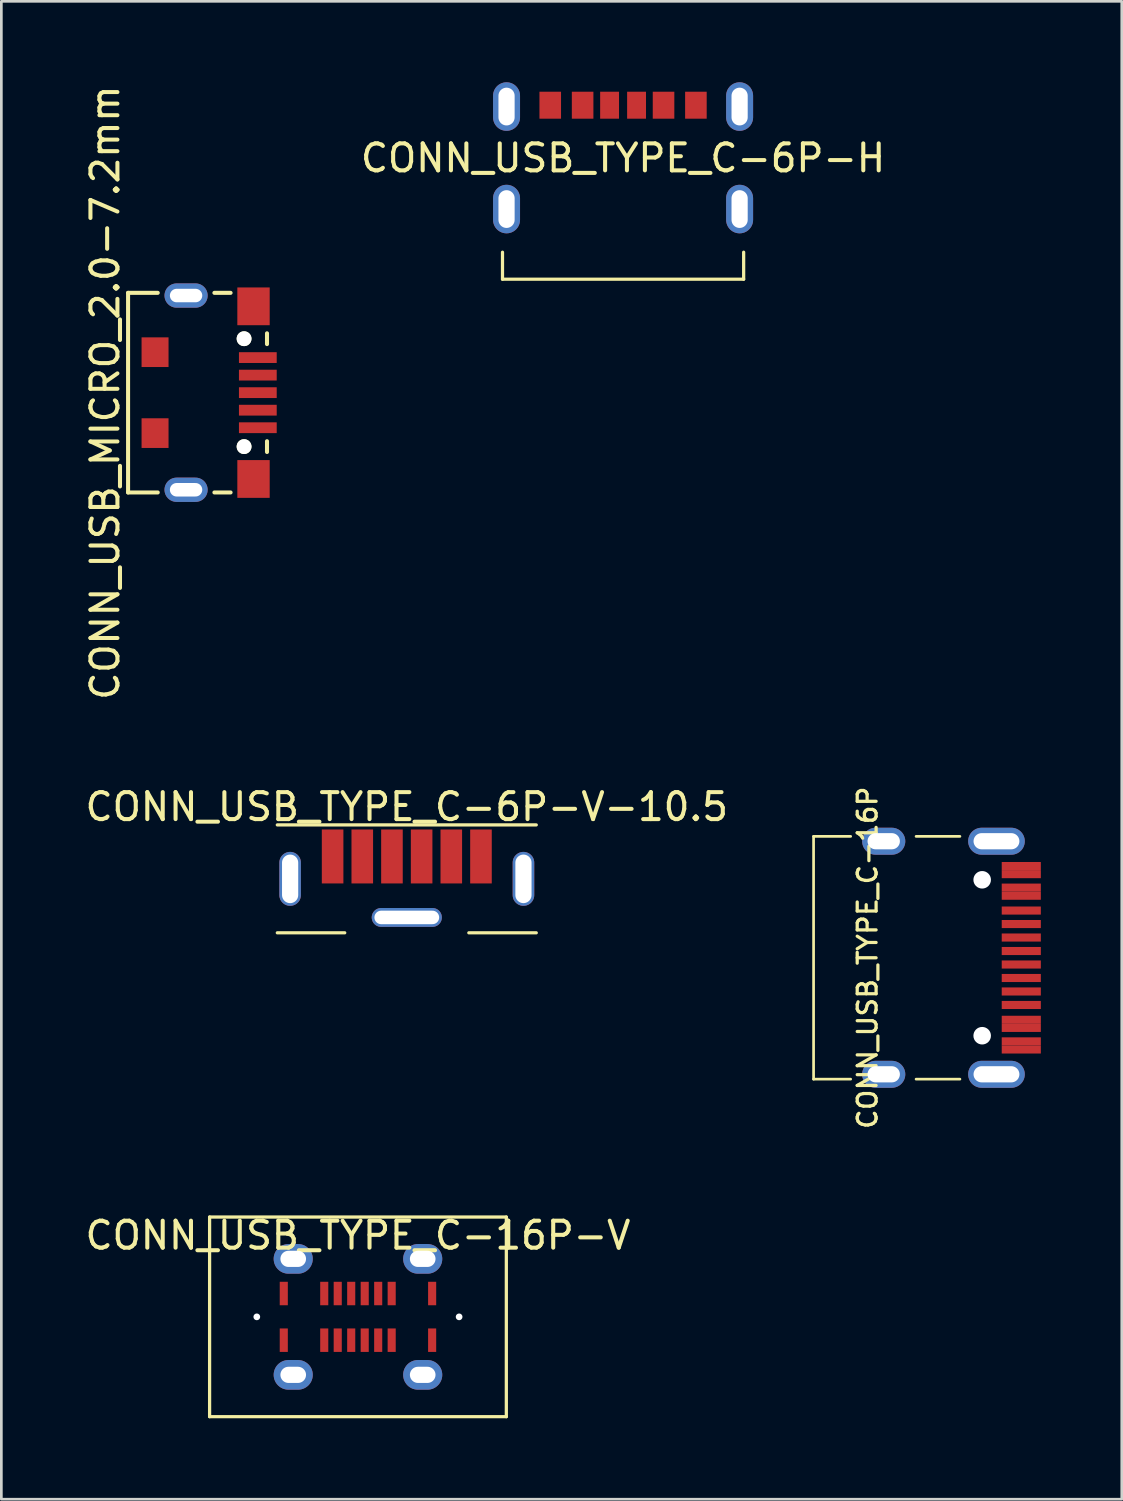
<source format=kicad_pcb>
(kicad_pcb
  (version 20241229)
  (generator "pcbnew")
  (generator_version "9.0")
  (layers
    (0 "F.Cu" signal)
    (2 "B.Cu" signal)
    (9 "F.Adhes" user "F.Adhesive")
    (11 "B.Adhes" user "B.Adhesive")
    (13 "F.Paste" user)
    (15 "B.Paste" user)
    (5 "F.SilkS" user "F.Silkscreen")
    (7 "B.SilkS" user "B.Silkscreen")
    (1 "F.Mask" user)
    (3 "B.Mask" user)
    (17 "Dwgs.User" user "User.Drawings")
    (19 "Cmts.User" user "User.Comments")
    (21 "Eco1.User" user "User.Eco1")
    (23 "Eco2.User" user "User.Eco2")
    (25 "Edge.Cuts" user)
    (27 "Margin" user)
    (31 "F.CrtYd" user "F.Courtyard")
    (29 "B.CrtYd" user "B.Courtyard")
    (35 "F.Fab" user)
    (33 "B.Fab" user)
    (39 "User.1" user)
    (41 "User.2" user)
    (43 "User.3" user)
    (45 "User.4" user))
  (footprint "CONN_USB_TYPE_C-16P-V"
    (layer "F.Cu")
    (at 10.22 45.767)
    (property "Reference" "CONN_USB_TYPE_C-16P-V" (at 0 -3.02 0) (unlocked yes) (layer "F.SilkS") (effects (font (size 1 1) (thickness 0.15))))
    (attr through_hole)
    (fp_line (start -5.5 -3.7) (end 5.5 -3.7) (stroke (width 0.12) (type solid)) (layer "F.SilkS"))
    (fp_line (start -5.5 3.7) (end -5.5 -3.7) (stroke (width 0.12) (type solid)) (layer "F.SilkS"))
    (fp_line (start -5.5 3.7) (end 5.5 3.7) (stroke (width 0.12) (type solid)) (layer "F.SilkS"))
    (fp_line (start 5.5 -3.7) (end 5.5 3.7) (stroke (width 0.12) (type solid)) (layer "F.SilkS"))
    (pad "" np_thru_hole circle (at -3.75 0) (size 0.25 0.25) (drill 0.25) (layers "*.Cu" "*.Mask"))
    (pad "" np_thru_hole circle (at 3.75 0) (size 0.25 0.25) (drill 0.25) (layers "*.Cu" "*.Mask"))
    (pad "A1" smd rect (at -2.75 -0.865) (size 0.3 0.87) (layers "F.Cu" "F.Mask" "F.Paste"))
    (pad "A4" smd rect (at -1.25 -0.865) (size 0.3 0.87) (layers "F.Cu" "F.Mask" "F.Paste"))
    (pad "A5" smd rect (at -0.75 -0.865) (size 0.3 0.87) (layers "F.Cu" "F.Mask" "F.Paste"))
    (pad "A6" smd rect (at -0.25 -0.865) (size 0.3 0.87) (layers "F.Cu" "F.Mask" "F.Paste"))
    (pad "A7" smd rect (at 0.25 -0.865) (size 0.3 0.87) (layers "F.Cu" "F.Mask" "F.Paste"))
    (pad "A8" smd rect (at 0.75 -0.865) (size 0.3 0.87) (layers "F.Cu" "F.Mask" "F.Paste"))
    (pad "A9" smd rect (at 1.25 -0.865) (size 0.3 0.87) (layers "F.Cu" "F.Mask" "F.Paste"))
    (pad "A12" smd rect (at 2.75 -0.865) (size 0.3 0.87) (layers "F.Cu" "F.Mask" "F.Paste"))
    (pad "B1" smd rect (at 2.75 0.865) (size 0.3 0.87) (layers "F.Cu" "F.Mask" "F.Paste"))
    (pad "B4" smd rect (at 1.25 0.865) (size 0.3 0.87) (layers "F.Cu" "F.Mask" "F.Paste"))
    (pad "B5" smd rect (at 0.75 0.865) (size 0.3 0.87) (layers "F.Cu" "F.Mask" "F.Paste"))
    (pad "B6" smd rect (at 0.25 0.865) (size 0.3 0.87) (layers "F.Cu" "F.Mask" "F.Paste"))
    (pad "B7" smd rect (at -0.25 0.865) (size 0.3 0.87) (layers "F.Cu" "F.Mask" "F.Paste"))
    (pad "B8" smd rect (at -0.75 0.865) (size 0.3 0.87) (layers "F.Cu" "F.Mask" "F.Paste"))
    (pad "B9" smd rect (at -1.25 0.865) (size 0.3 0.87) (layers "F.Cu" "F.Mask" "F.Paste"))
    (pad "B12" smd rect (at -2.75 0.865) (size 0.3 0.87) (layers "F.Cu" "F.Mask" "F.Paste"))
    (pad "SH" thru_hole oval (at -2.4 -2.15) (size 1.45 1.1) (drill oval 0.95 0.6) (layers "*.Cu" "*.Mask"))
    (pad "SH" thru_hole oval (at -2.4 2.15) (size 1.45 1.1) (drill oval 0.95 0.6) (layers "*.Cu" "*.Mask"))
    (pad "SH" thru_hole oval (at 2.4 -2.15) (size 1.45 1.1) (drill oval 0.95 0.6) (layers "*.Cu" "*.Mask"))
    (pad "SH" thru_hole oval (at 2.4 2.15) (size 1.45 1.1) (drill oval 0.95 0.6) (layers "*.Cu" "*.Mask")))
  (footprint "CONN_USB_MICRO_2.0-7.2mm"
    (layer "F.Cu")
    (at 3.848 11.506)
    (property "Reference" "CONN_USB_MICRO_2.0-7.2mm" (at -3 0 90) (layer "F.SilkS") (effects (font (size 1 1) (thickness 0.15))))
    (attr through_hole)
    (fp_line (start -2.15 -3.7) (end -2.15 3.7) (stroke (width 0.15) (type solid)) (layer "F.SilkS"))
    (fp_line (start -2.15 -3.7) (end -1.05 -3.7) (stroke (width 0.15) (type solid)) (layer "F.SilkS"))
    (fp_line (start -2.15 3.7) (end -1.05 3.7) (stroke (width 0.15) (type solid)) (layer "F.SilkS"))
    (fp_line (start 1.05 -3.7) (end 1.65 -3.7) (stroke (width 0.15) (type solid)) (layer "F.SilkS"))
    (fp_line (start 1.05 3.7) (end 1.65 3.7) (stroke (width 0.15) (type solid)) (layer "F.SilkS"))
    (fp_line (start 3 -2.2) (end 3 -1.8) (stroke (width 0.15) (type solid)) (layer "F.SilkS"))
    (fp_line (start 3 2.2) (end 3 1.8) (stroke (width 0.15) (type solid)) (layer "F.SilkS"))
    (pad "" np_thru_hole circle (at 2.15 -2) (size 0.55 0.55) (drill 0.55) (layers "*.Cu" "*.Mask" "F.SilkS"))
    (pad "" np_thru_hole circle (at 2.15 2) (size 0.55 0.55) (drill 0.55) (layers "*.Cu" "*.Mask" "F.SilkS"))
    (pad "1" smd rect (at 2.66 -1.3) (size 1.4 0.4) (layers "F.Cu" "F.Mask" "F.Paste"))
    (pad "2" smd rect (at 2.66 -0.65) (size 1.4 0.4) (layers "F.Cu" "F.Mask" "F.Paste"))
    (pad "3" smd rect (at 2.66 0) (size 1.4 0.4) (layers "F.Cu" "F.Mask" "F.Paste"))
    (pad "4" smd rect (at 2.66 0.65) (size 1.4 0.4) (layers "F.Cu" "F.Mask" "F.Paste"))
    (pad "5" smd rect (at 2.66 1.3) (size 1.4 0.4) (layers "F.Cu" "F.Mask" "F.Paste"))
    (pad "6" smd rect (at -1.15 -1.5) (size 1 1.1) (layers "F.Cu" "F.Mask" "F.Paste"))
    (pad "6" smd rect (at -1.15 1.5) (size 1 1.1) (layers "F.Cu" "F.Mask" "F.Paste"))
    (pad "6" thru_hole oval (at 0 -3.6) (size 1.6 0.9) (drill oval 1.2 0.5) (layers "*.Cu" "*.Mask"))
    (pad "6" thru_hole oval (at 0 3.6) (size 1.6 0.9) (drill oval 1.2 0.5) (layers "*.Cu" "*.Mask"))
    (pad "6" smd rect (at 2.5 -3.2) (size 1.2 1.4) (layers "F.Cu" "F.Mask" "F.Paste"))
    (pad "6" smd rect (at 2.5 3.2) (size 1.2 1.4) (layers "F.Cu" "F.Mask" "F.Paste")))
  (footprint "CONN_USB_TYPE_C-16P"
    (layer "F.Cu")
    (at 29.71 32.455)
    (property "Reference" "CONN_USB_TYPE_C-16P" (at -0.6 0 90) (layer "F.SilkS") (effects (font (size 0.7 0.7) (thickness 0.12))))
    (attr through_hole)
    (fp_line (start -2.6 -4.5) (end -2.6 4.5) (stroke (width 0.1) (type solid)) (layer "F.SilkS"))
    (fp_line (start -2.6 -4.5) (end -1.225 -4.5) (stroke (width 0.1) (type solid)) (layer "F.SilkS"))
    (fp_line (start -2.6 4.5) (end -1.225 4.5) (stroke (width 0.1) (type solid)) (layer "F.SilkS"))
    (fp_line (start 1.2 -4.5) (end 2.825 -4.5) (stroke (width 0.1) (type solid)) (layer "F.SilkS"))
    (fp_line (start 1.2 4.5) (end 2.825 4.5) (stroke (width 0.1) (type solid)) (layer "F.SilkS"))
    (pad "" np_thru_hole circle (at 3.65 -2.89) (size 0.65 0.65) (drill 0.65) (layers "*.Cu" "*.Mask"))
    (pad "" np_thru_hole circle (at 3.65 2.89) (size 0.65 0.65) (drill 0.65) (layers "*.Cu" "*.Mask"))
    (pad "A1" smd rect (at 5.1 -3.4 180) (size 1.45 0.3) (layers "F.Cu" "F.Mask" "F.Paste"))
    (pad "A4" smd rect (at 5.1 -2.6 180) (size 1.45 0.3) (layers "F.Cu" "F.Mask" "F.Paste"))
    (pad "A5" smd rect (at 5.1 -1.25 180) (size 1.45 0.3) (layers "F.Cu" "F.Mask" "F.Paste"))
    (pad "A6" smd rect (at 5.1 -0.25 180) (size 1.45 0.3) (layers "F.Cu" "F.Mask" "F.Paste"))
    (pad "A7" smd rect (at 5.1 0.25 180) (size 1.45 0.3) (layers "F.Cu" "F.Mask" "F.Paste"))
    (pad "A8" smd rect (at 5.1 1.25 180) (size 1.45 0.3) (layers "F.Cu" "F.Mask" "F.Paste"))
    (pad "A9" smd rect (at 5.1 2.6 180) (size 1.45 0.3) (layers "F.Cu" "F.Mask" "F.Paste"))
    (pad "A12" smd rect (at 5.1 3.4 180) (size 1.45 0.3) (layers "F.Cu" "F.Mask" "F.Paste"))
    (pad "B1" smd rect (at 5.1 3.1 180) (size 1.45 0.3) (layers "F.Cu" "F.Mask" "F.Paste"))
    (pad "B4" smd rect (at 5.1 2.3 180) (size 1.45 0.3) (layers "F.Cu" "F.Mask" "F.Paste"))
    (pad "B5" smd rect (at 5.1 1.75 180) (size 1.45 0.3) (layers "F.Cu" "F.Mask" "F.Paste"))
    (pad "B6" smd rect (at 5.1 0.75 180) (size 1.45 0.3) (layers "F.Cu" "F.Mask" "F.Paste"))
    (pad "B7" smd rect (at 5.1 -0.75 180) (size 1.45 0.3) (layers "F.Cu" "F.Mask" "F.Paste"))
    (pad "B8" smd rect (at 5.1 -1.75 180) (size 1.45 0.3) (layers "F.Cu" "F.Mask" "F.Paste"))
    (pad "B9" smd rect (at 5.1 -2.3 180) (size 1.45 0.3) (layers "F.Cu" "F.Mask" "F.Paste"))
    (pad "B12" smd rect (at 5.1 -3.1 180) (size 1.45 0.3) (layers "F.Cu" "F.Mask" "F.Paste"))
    (pad "SH" thru_hole oval (at 0 -4.32) (size 1.6 1) (drill oval 1.2 0.6) (layers "*.Cu" "*.Mask"))
    (pad "SH" thru_hole oval (at 0 4.32) (size 1.6 1) (drill oval 1.2 0.6) (layers "*.Cu" "*.Mask"))
    (pad "SH" thru_hole oval (at 4.18 -4.32) (size 2.1 1) (drill oval 1.7 0.6) (layers "*.Cu" "*.Mask"))
    (pad "SH" thru_hole oval (at 4.18 4.32) (size 2.1 1) (drill oval 1.7 0.6) (layers "*.Cu" "*.Mask")))
  (footprint "CONN_USB_TYPE_C-6P-H"
    (layer "F.Cu")
    (at 20.048 0.9)
    (property "Reference" "CONN_USB_TYPE_C-6P-H" (at 0 1.91 0) (layer "F.SilkS") (effects (font (size 1 1) (thickness 0.15))))
    (attr through_hole)
    (fp_line (start -4.47 6.4) (end -4.47 5.4) (stroke (width 0.12) (type solid)) (layer "F.SilkS"))
    (fp_line (start 4.47 5.4) (end 4.47 6.4) (stroke (width 0.12) (type solid)) (layer "F.SilkS"))
    (fp_line (start 4.47 6.4) (end -4.47 6.4) (stroke (width 0.12) (type solid)) (layer "F.SilkS"))
    (pad "A5" smd rect (at -0.5 -0.05) (size 0.7 1) (layers "F.Cu" "F.Mask" "F.Paste"))
    (pad "A9" smd rect (at 1.5 -0.05) (size 0.8 1) (layers "F.Cu" "F.Mask" "F.Paste"))
    (pad "A12" smd rect (at 2.7 -0.05) (size 0.8 1) (layers "F.Cu" "F.Mask" "F.Paste"))
    (pad "B5" smd rect (at 0.5 -0.05) (size 0.7 1) (layers "F.Cu" "F.Mask" "F.Paste"))
    (pad "B9" smd rect (at -1.5 -0.05) (size 0.8 1) (layers "F.Cu" "F.Mask" "F.Paste"))
    (pad "B12" smd rect (at -2.7 -0.05) (size 0.8 1) (layers "F.Cu" "F.Mask" "F.Paste"))
    (pad "SH" thru_hole oval (at -4.32 0) (size 1 1.8) (drill oval 0.6 1.4) (layers "*.Cu" "*.Mask"))
    (pad "SH" thru_hole oval (at -4.32 3.8) (size 1 1.8) (drill oval 0.6 1.4) (layers "*.Cu" "*.Mask"))
    (pad "SH" thru_hole oval (at 4.32 0) (size 1 1.8) (drill oval 0.6 1.4) (layers "*.Cu" "*.Mask"))
    (pad "SH" thru_hole oval (at 4.32 3.8) (size 1 1.8) (drill oval 0.6 1.4) (layers "*.Cu" "*.Mask")))
  (footprint "CONN_USB_TYPE_C-6P-V-10.5"
    (layer "F.Cu")
    (at 12.03 29.53)
    (property "Reference" "CONN_USB_TYPE_C-6P-V-10.5" (at 0 -2.67 0) (layer "F.SilkS") (effects (font (size 1 1) (thickness 0.15))))
    (attr through_hole)
    (fp_line (start -4.8 -2) (end 4.8 -2) (stroke (width 0.12) (type solid)) (layer "F.SilkS"))
    (fp_line (start -2.3 2) (end -4.8 2) (stroke (width 0.12) (type solid)) (layer "F.SilkS"))
    (fp_line (start 2.3 2) (end 4.8 2) (stroke (width 0.12) (type solid)) (layer "F.SilkS"))
    (fp_line (start 0 0) (end 0 0) (stroke (width 0.12) (type solid)) (layer "Eco1.User"))
    (pad "A1" smd rect (at -2.75 -0.83 180) (size 0.8 2) (layers "F.Cu" "F.Mask" "F.Paste"))
    (pad "A4" smd rect (at -1.65 -0.83 180) (size 0.8 2) (layers "F.Cu" "F.Mask" "F.Paste"))
    (pad "A5" smd rect (at -0.55 -0.83 180) (size 0.8 2) (layers "F.Cu" "F.Mask" "F.Paste"))
    (pad "B5" smd rect (at 0.55 -0.83 180) (size 0.8 2) (layers "F.Cu" "F.Mask" "F.Paste"))
    (pad "B9" smd rect (at 1.65 -0.83 180) (size 0.8 2) (layers "F.Cu" "F.Mask" "F.Paste"))
    (pad "B12" smd rect (at 2.75 -0.83 180) (size 0.8 2) (layers "F.Cu" "F.Mask" "F.Paste"))
    (pad "SH" thru_hole oval (at -4.325 0) (size 0.8 2) (drill oval 0.6 1.8) (layers "*.Cu" "*.Mask"))
    (pad "SH" thru_hole oval (at 0 1.43 90) (size 0.7 2.6) (drill oval 0.5 2.4) (layers "*.Cu" "*.Mask"))
    (pad "SH" thru_hole oval (at 4.325 0 180) (size 0.8 2) (drill oval 0.6 1.8) (layers "*.Cu" "*.Mask")))
  (gr_rect
    (start -3 -3)
    (end 38.535 52.527)
    (stroke (width 0.1) (type default))
    (fill no)
    (layer "Edge.Cuts")))
</source>
